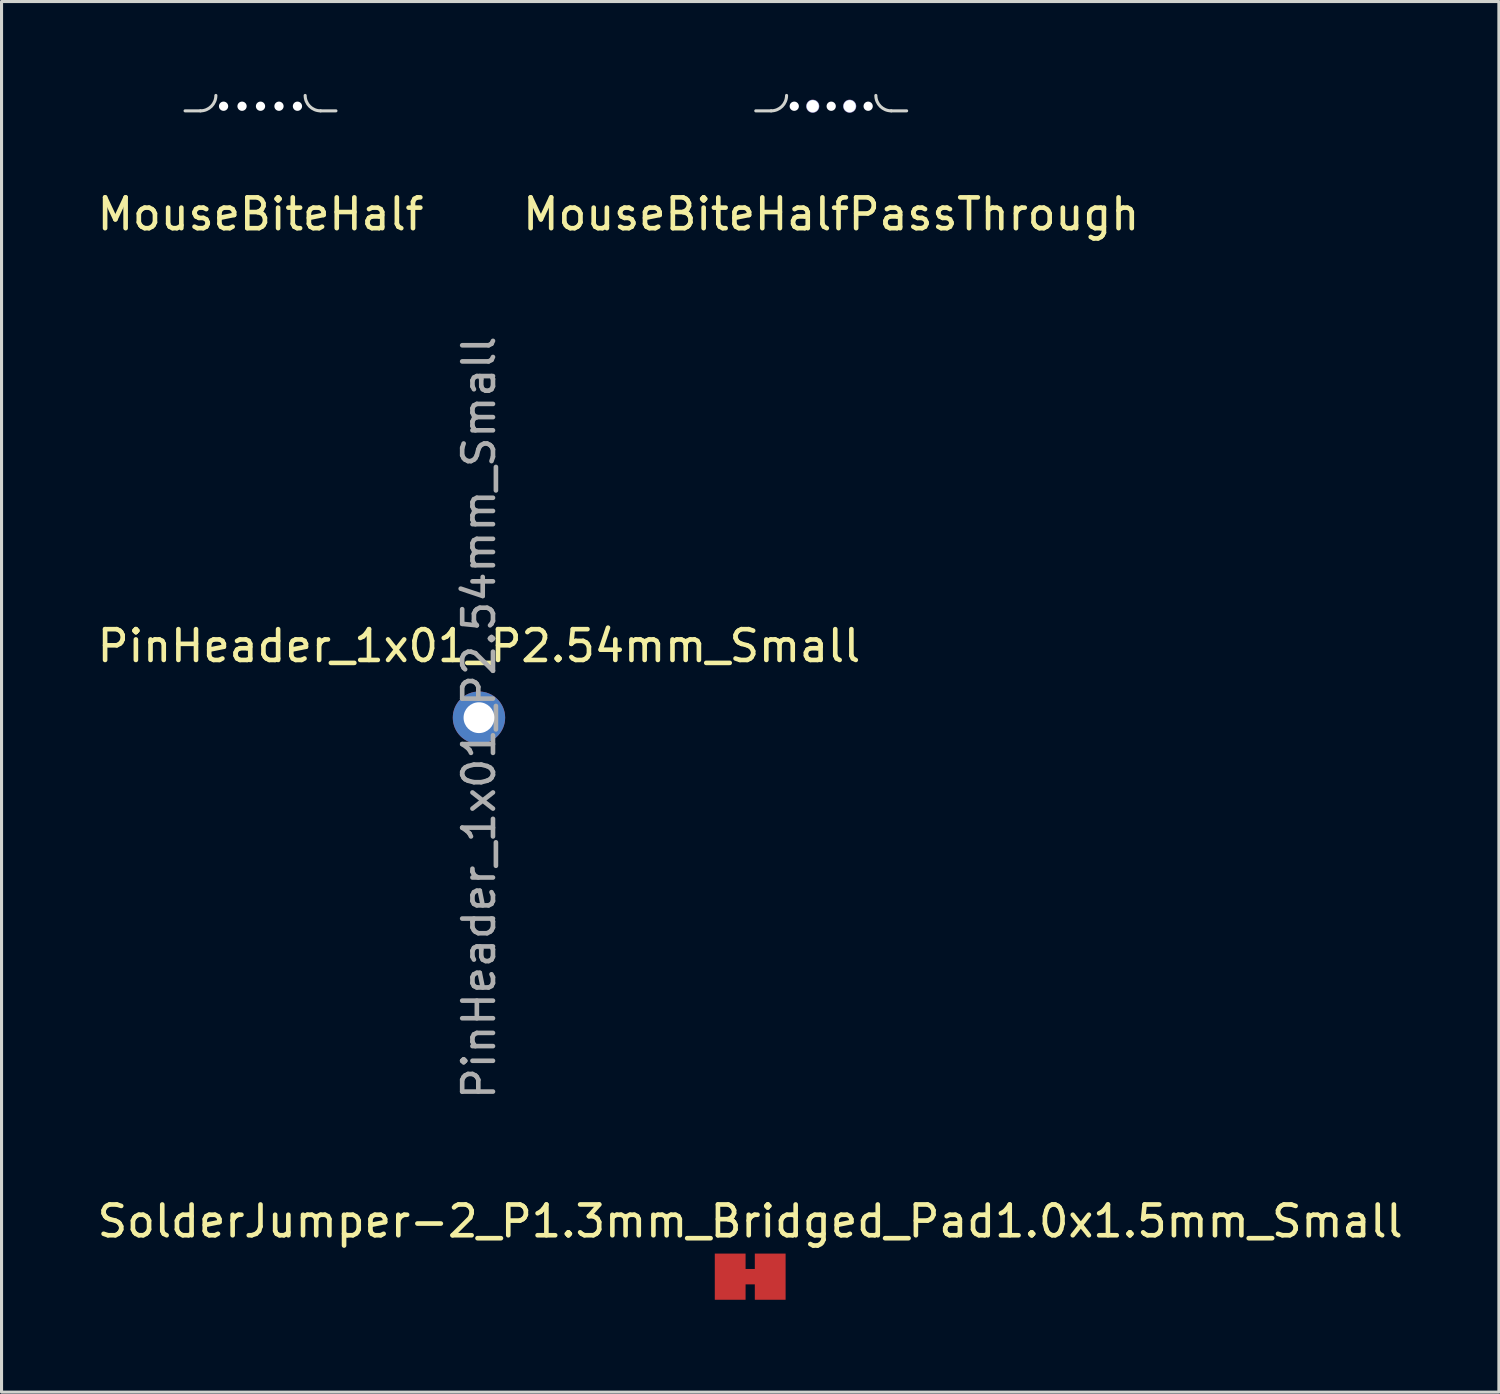
<source format=kicad_pcb>
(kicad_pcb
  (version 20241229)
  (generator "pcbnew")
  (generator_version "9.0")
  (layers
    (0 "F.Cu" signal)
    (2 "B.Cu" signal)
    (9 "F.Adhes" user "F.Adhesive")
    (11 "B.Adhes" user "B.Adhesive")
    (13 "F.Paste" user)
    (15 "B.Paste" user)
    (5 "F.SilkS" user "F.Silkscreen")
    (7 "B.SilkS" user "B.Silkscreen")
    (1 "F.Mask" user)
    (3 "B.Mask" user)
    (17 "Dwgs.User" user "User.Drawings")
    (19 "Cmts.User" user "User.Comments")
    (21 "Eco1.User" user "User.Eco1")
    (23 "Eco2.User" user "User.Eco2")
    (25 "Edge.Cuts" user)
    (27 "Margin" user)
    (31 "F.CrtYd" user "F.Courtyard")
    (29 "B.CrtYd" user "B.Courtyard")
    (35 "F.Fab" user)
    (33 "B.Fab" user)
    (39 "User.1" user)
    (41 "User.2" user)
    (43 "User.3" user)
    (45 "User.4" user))
  (footprint "MouseBiteHalfPassThrough"
    (layer "F.Cu")
    (at 23.946 0.4)
    (property "Reference" "MouseBiteHalfPassThrough" (at 0 3.505 0) (layer "F.SilkS") (effects (font (size 1 1) (thickness 0.15))))
    (attr exclude_from_bom)
    (fp_line (start -1.95 0.15) (end -2.45 0.15) (stroke (width 0.1) (type solid)) (layer "Edge.Cuts"))
    (fp_line (start 1.95 0.15) (end 2.45 0.15) (stroke (width 0.1) (type solid)) (layer "Edge.Cuts"))
    (fp_arc (start -1.45 -0.35) (mid -1.596447 0.003553) (end -1.95 0.15) (stroke (width 0.1) (type solid)) (layer "Edge.Cuts"))
    (fp_arc (start 1.95 0.15) (mid 1.596447 0.003553) (end 1.45 -0.35) (stroke (width 0.1) (type solid)) (layer "Edge.Cuts"))
    (pad "" np_thru_hole circle (at -1.2 0) (size 0.3 0.3) (drill 0.3) (layers "*.Cu" "*.Mask"))
    (pad "" np_thru_hole circle (at 0 0) (size 0.3 0.3) (drill 0.3) (layers "*.Cu" "*.Mask"))
    (pad "" np_thru_hole circle (at 1.2 0) (size 0.3 0.3) (drill 0.3) (layers "*.Cu" "*.Mask"))
    (pad "1" thru_hole circle (at 0.6 0) (size 0.425 0.425) (drill 0.4) (layers "*.Cu" "*.Mask"))
    (pad "2" thru_hole circle (at -0.6 0) (size 0.425 0.425) (drill 0.4) (layers "*.Cu" "*.Mask")))
  (footprint "PinHeader_1x01_P2.54mm_Small"
    (layer "F.Cu")
    (at 12.506 20.259)
    (property "Reference" "PinHeader_1x01_P2.54mm_Small" (at 0 -2.33 0) (layer "F.SilkS") (effects (font (size 1 1) (thickness 0.15))))
    (fp_text user "${REFERENCE}" (at 0 0 90) (layer "F.Fab") (effects (font (size 1 1) (thickness 0.15))))
    (pad "1" thru_hole oval (at 0 0 180) (size 1.7 1.7) (drill 1) (layers "*.Cu" "*.Mask")))
  (footprint "MouseBiteHalf"
    (layer "F.Cu")
    (at 5.411 0.4)
    (property "Reference" "MouseBiteHalf" (at 0 3.505 180) (layer "F.SilkS") (effects (font (size 1 1) (thickness 0.15))))
    (attr exclude_from_bom)
    (fp_line (start -1.95 0.15) (end -2.45 0.15) (stroke (width 0.1) (type solid)) (layer "Edge.Cuts"))
    (fp_line (start 1.95 0.15) (end 2.45 0.15) (stroke (width 0.1) (type solid)) (layer "Edge.Cuts"))
    (fp_arc (start -1.45 -0.35) (mid -1.596447 0.003553) (end -1.95 0.15) (stroke (width 0.1) (type solid)) (layer "Edge.Cuts"))
    (fp_arc (start 1.95 0.15) (mid 1.596447 0.003553) (end 1.45 -0.35) (stroke (width 0.1) (type solid)) (layer "Edge.Cuts"))
    (pad "" np_thru_hole circle (at -1.2 0) (size 0.3 0.3) (drill 0.3) (layers "*.Cu" "*.Mask"))
    (pad "" np_thru_hole circle (at -0.6 0) (size 0.3 0.3) (drill 0.3) (layers "*.Cu" "*.Mask"))
    (pad "" np_thru_hole circle (at 0 0) (size 0.3 0.3) (drill 0.3) (layers "*.Cu" "*.Mask"))
    (pad "" np_thru_hole circle (at 0.6 0) (size 0.3 0.3) (drill 0.3) (layers "*.Cu" "*.Mask"))
    (pad "" np_thru_hole circle (at 1.2 0) (size 0.3 0.3) (drill 0.3) (layers "*.Cu" "*.Mask")))
  (footprint "SolderJumper-2_P1.3mm_Bridged_Pad1.0x1.5mm_Small"
    (layer "F.Cu")
    (at 21.315 38.414)
    (property "Reference" "SolderJumper-2_P1.3mm_Bridged_Pad1.0x1.5mm_Small" (at 0 -1.8 0) (layer "F.SilkS") (effects (font (size 1 1) (thickness 0.15))))
    (attr exclude_from_pos_files)
    (pad "1" smd rect (at -0.65 0) (size 1 1.5) (layers "F.Cu" "F.Mask"))
    (pad "2" smd rect (at 0.65 0) (size 1 1.5) (layers "F.Cu" "F.Mask"))
    (pad "3" smd rect (at 0 0) (size 0.5 0.5) (layers "F.Cu" "F.Mask")))
  (gr_rect
    (start -3 -3)
    (end 45.631 42.164)
    (stroke (width 0.1) (type default))
    (fill no)
    (layer "Edge.Cuts")))
</source>
